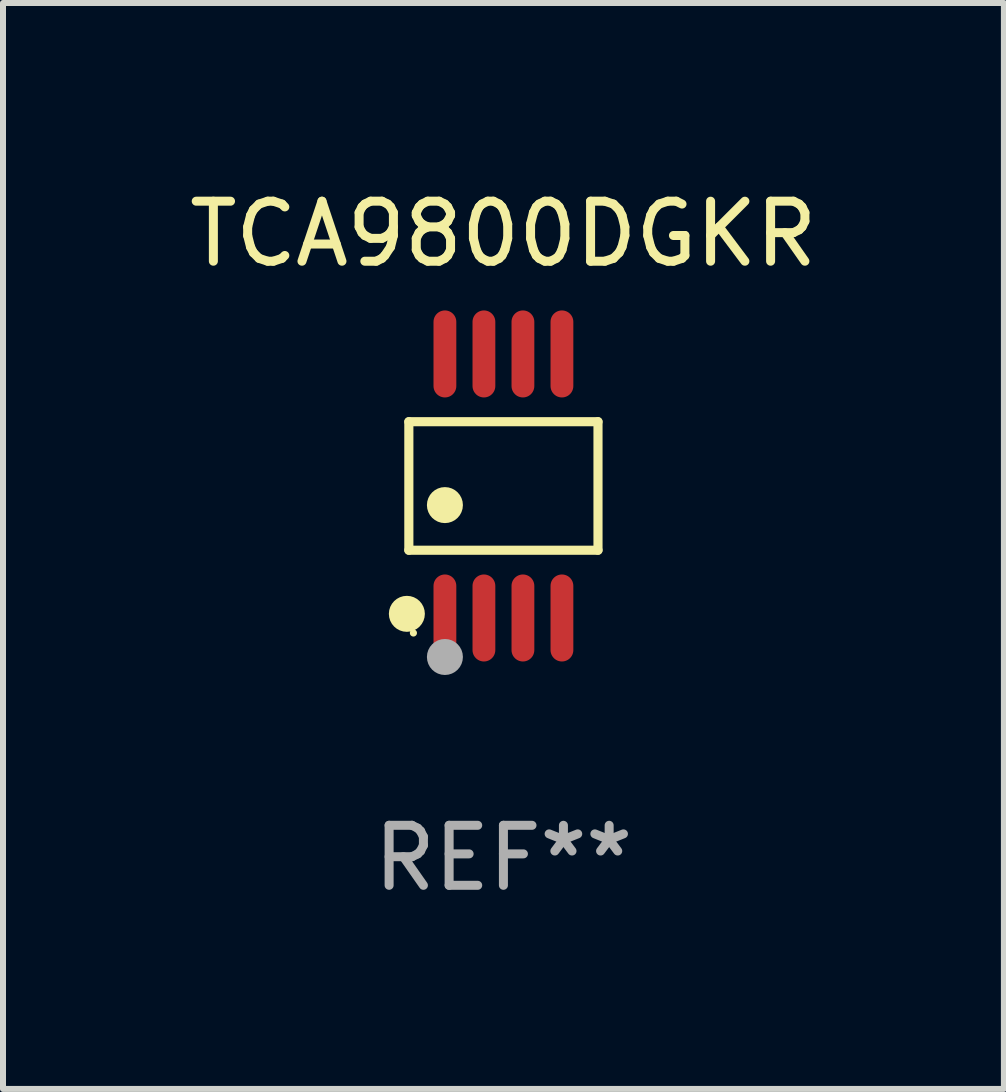
<source format=kicad_pcb>
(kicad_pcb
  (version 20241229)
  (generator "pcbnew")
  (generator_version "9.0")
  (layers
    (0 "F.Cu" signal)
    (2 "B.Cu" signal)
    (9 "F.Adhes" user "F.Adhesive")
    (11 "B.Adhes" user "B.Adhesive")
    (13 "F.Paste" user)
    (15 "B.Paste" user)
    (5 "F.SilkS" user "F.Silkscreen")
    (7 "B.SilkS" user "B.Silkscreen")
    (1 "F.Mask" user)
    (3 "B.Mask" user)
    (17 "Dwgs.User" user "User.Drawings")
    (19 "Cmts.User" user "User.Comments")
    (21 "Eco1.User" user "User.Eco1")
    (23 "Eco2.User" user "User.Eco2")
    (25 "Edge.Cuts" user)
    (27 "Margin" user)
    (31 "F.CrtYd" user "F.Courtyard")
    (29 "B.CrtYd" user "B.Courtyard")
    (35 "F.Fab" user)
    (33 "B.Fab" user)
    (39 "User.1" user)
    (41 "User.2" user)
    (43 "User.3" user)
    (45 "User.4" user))
  (footprint "TCA9800DGKR"
    (layer "F.Cu")
    (at 5.339 5.048)
    (property "Reference" "TCA9800DGKR" (at 0 -4.2 0) (layer "F.SilkS") (effects (font (size 1 1) (thickness 0.15))))
    (attr through_hole)
    (fp_line (start -1.576 -1.071) (end 1.576 -1.071) (stroke (width 0.152) (type solid)) (layer "F.SilkS"))
    (fp_line (start -1.576 1.071) (end -1.576 -1.071) (stroke (width 0.152) (type solid)) (layer "F.SilkS"))
    (fp_line (start 1.576 -1.071) (end 1.576 1.071) (stroke (width 0.152) (type solid)) (layer "F.SilkS"))
    (fp_line (start 1.576 1.071) (end -1.576 1.071) (stroke (width 0.152) (type solid)) (layer "F.SilkS"))
    (fp_circle (center -1.609 2.131) (end -1.459 2.131) (stroke (width 0.3) (type solid)) (fill no) (layer "F.SilkS"))
    (fp_circle (center -1.5 2.45) (end -1.47 2.45) (stroke (width 0.06) (type solid)) (fill no) (layer "F.SilkS"))
    (fp_circle (center -0.975 0.319) (end -0.825 0.319) (stroke (width 0.3) (type solid)) (fill no) (layer "F.SilkS"))
    (fp_circle (center -0.975 2.85) (end -0.825 2.85) (stroke (width 0.3) (type solid)) (fill no) (layer "F.Fab"))
    (fp_text user "REF**" (at 0 6.2 0) (layer "F.Fab") (effects (font (size 1 1) (thickness 0.15))))
    (pad "1" smd oval (at -0.975 2.2) (size 0.38 1.45) (layers "F.Cu" "F.Mask" "F.Paste"))
    (pad "2" smd oval (at -0.325 2.2) (size 0.38 1.45) (layers "F.Cu" "F.Mask" "F.Paste"))
    (pad "3" smd oval (at 0.325 2.2) (size 0.38 1.45) (layers "F.Cu" "F.Mask" "F.Paste"))
    (pad "4" smd oval (at 0.975 2.2) (size 0.38 1.45) (layers "F.Cu" "F.Mask" "F.Paste"))
    (pad "5" smd oval (at 0.975 -2.2) (size 0.38 1.45) (layers "F.Cu" "F.Mask" "F.Paste"))
    (pad "6" smd oval (at 0.325 -2.2) (size 0.38 1.45) (layers "F.Cu" "F.Mask" "F.Paste"))
    (pad "7" smd oval (at -0.325 -2.2) (size 0.38 1.45) (layers "F.Cu" "F.Mask" "F.Paste"))
    (pad "8" smd oval (at -0.975 -2.2) (size 0.38 1.45) (layers "F.Cu" "F.Mask" "F.Paste")))
  (gr_rect
    (start -3 -3)
    (end 13.679 15.096)
    (stroke (width 0.1) (type default))
    (fill no)
    (layer "Edge.Cuts")))
</source>
